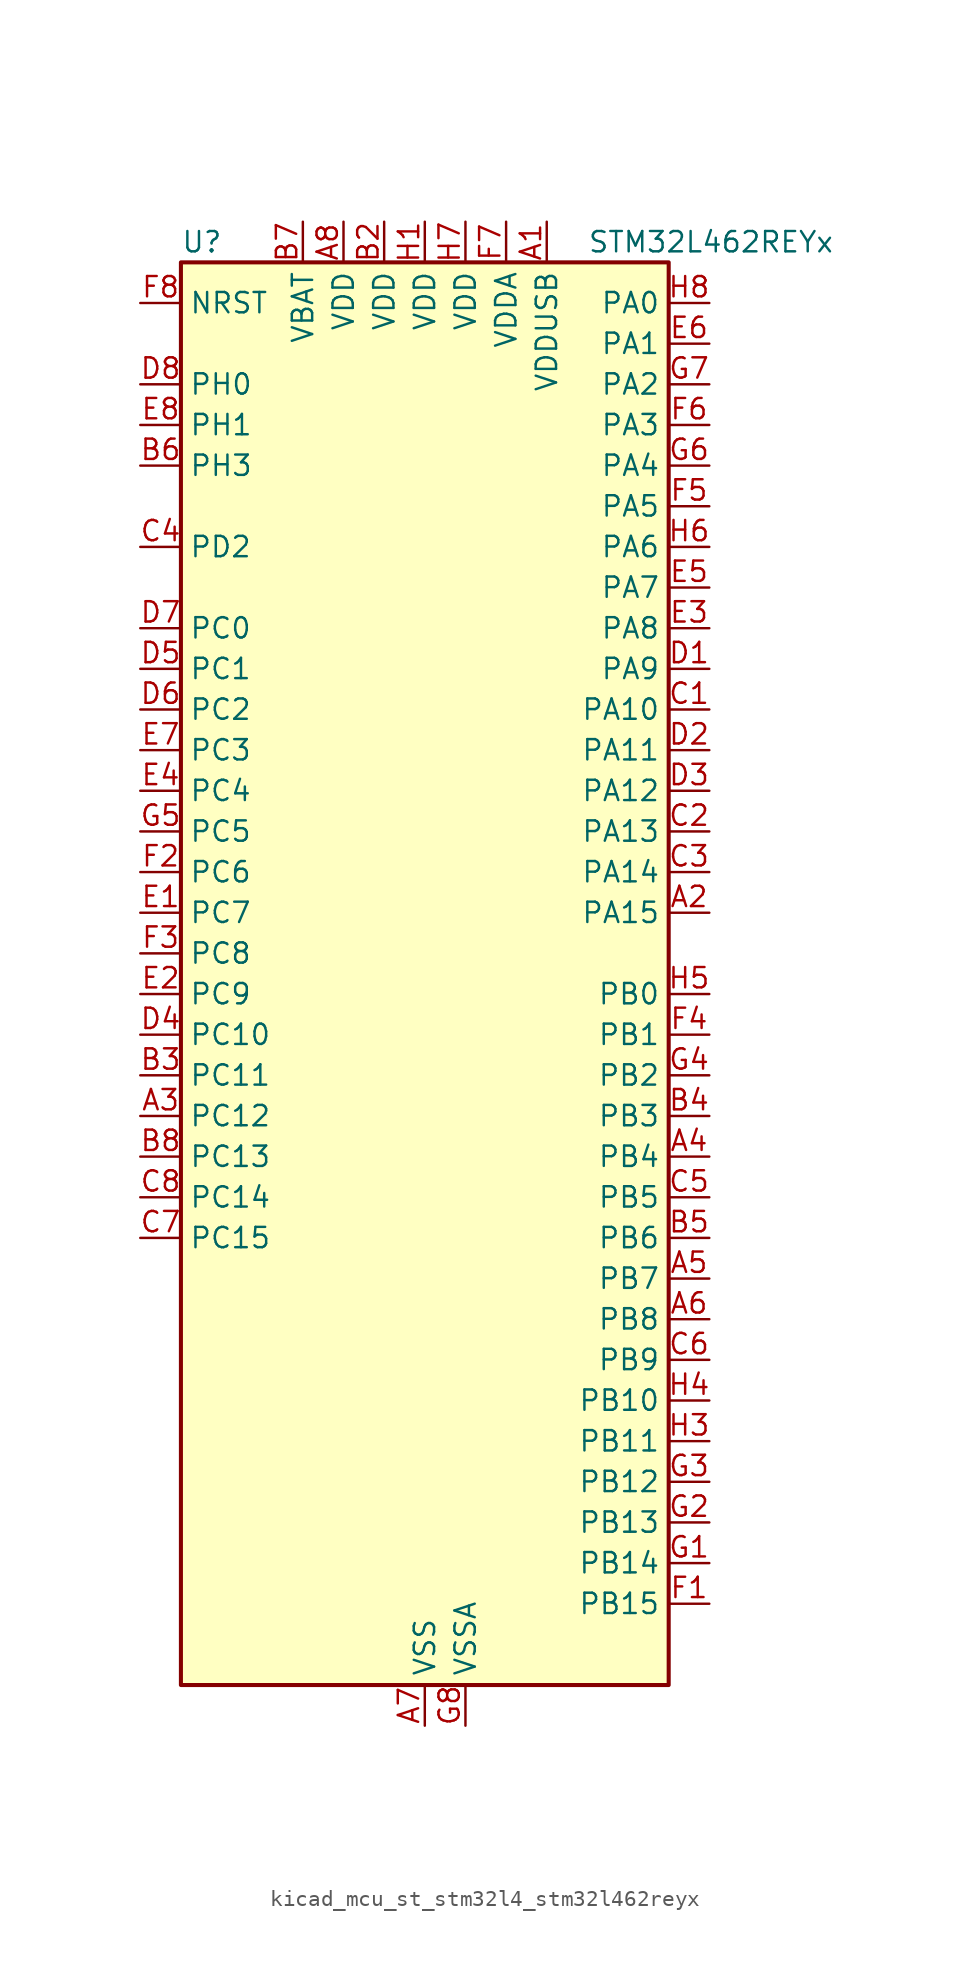
<source format=kicad_sym>
(kicad_symbol_lib
  (version 20220914)
  (generator kicad_symbol_editor)
  (symbol "kicad_mcu_st_stm32l4_stm32l462reyx"
    (property "Reference" "U"
      (at -15.24 46.99 0)
      (effects (font (size 1.27 1.27)) (justify left)))
    (property "Value" "STM32L462REYx"
      (at 10.16 46.99 0)
      (effects (font (size 1.27 1.27)) (justify left)))
    (property "ki_locked" ""
      (at 0 0 0)
      (effects (font (size 1.27 1.27))))
    (symbol "kicad_mcu_st_stm32l4_stm32l462reyx_0_1"
      (rectangle (start -15.24 -43.18) (end 15.24 45.72) (stroke (width 0.254) (type default)) (fill (type background))))
    (symbol "kicad_mcu_st_stm32l4_stm32l462reyx_1_1"
      (pin power_in line (at 7.62 48.26 270) (length 2.54) (name "VDDUSB" (effects (font (size 1.27 1.27)))) (number "A1" (effects (font (size 1.27 1.27)))))
      (pin bidirectional line (at 17.78 5.08 180) (length 2.54) (name "PA15" (effects (font (size 1.27 1.27)))) (number "A2" (effects (font (size 1.27 1.27)))) (alternate "ADC1_EXTI15" bidirectional line) (alternate "SPI1_NSS" bidirectional line) (alternate "SPI3_NSS" bidirectional line) (alternate "SYS_JTDI" bidirectional line) (alternate "TIM2_CH1" bidirectional line) (alternate "TIM2_ETR" bidirectional line) (alternate "TSC_G3_IO1" bidirectional line) (alternate "UART4_DE" bidirectional line) (alternate "UART4_RTS" bidirectional line) (alternate "USART2_RX" bidirectional line) (alternate "USART3_DE" bidirectional line) (alternate "USART3_RTS" bidirectional line))
      (pin bidirectional line (at -17.78 -7.62 0) (length 2.54) (name "PC12" (effects (font (size 1.27 1.27)))) (number "A3" (effects (font (size 1.27 1.27)))) (alternate "SDMMC1_CK" bidirectional line) (alternate "SPI3_MOSI" bidirectional line) (alternate "SYS_TRACED3" bidirectional line) (alternate "TSC_G3_IO4" bidirectional line) (alternate "USART3_CK" bidirectional line))
      (pin bidirectional line (at 17.78 -10.16 180) (length 2.54) (name "PB4" (effects (font (size 1.27 1.27)))) (number "A4" (effects (font (size 1.27 1.27)))) (alternate "COMP2_INP" bidirectional line) (alternate "I2C3_SDA" bidirectional line) (alternate "SAI1_MCLK_B" bidirectional line) (alternate "SPI1_MISO" bidirectional line) (alternate "SPI3_MISO" bidirectional line) (alternate "SYS_JTRST" bidirectional line) (alternate "TIM3_CH1" bidirectional line) (alternate "TSC_G2_IO1" bidirectional line) (alternate "USART1_CTS" bidirectional line))
      (pin bidirectional line (at 17.78 -17.78 180) (length 2.54) (name "PB7" (effects (font (size 1.27 1.27)))) (number "A5" (effects (font (size 1.27 1.27)))) (alternate "COMP2_INM" bidirectional line) (alternate "I2C1_SDA" bidirectional line) (alternate "I2C4_SDA" bidirectional line) (alternate "LPTIM1_IN2" bidirectional line) (alternate "SYS_PVD_IN" bidirectional line) (alternate "TSC_G2_IO4" bidirectional line) (alternate "UART4_CTS" bidirectional line) (alternate "USART1_RX" bidirectional line))
      (pin bidirectional line (at 17.78 -20.32 180) (length 2.54) (name "PB8" (effects (font (size 1.27 1.27)))) (number "A6" (effects (font (size 1.27 1.27)))) (alternate "CAN1_RX" bidirectional line) (alternate "I2C1_SCL" bidirectional line) (alternate "SAI1_MCLK_A" bidirectional line) (alternate "SDMMC1_D4" bidirectional line) (alternate "TIM16_CH1" bidirectional line))
      (pin power_in line (at 0 -45.72 90) (length 2.54) (name "VSS" (effects (font (size 1.27 1.27)))) (number "A7" (effects (font (size 1.27 1.27)))))
      (pin power_in line (at -5.08 48.26 270) (length 2.54) (name "VDD" (effects (font (size 1.27 1.27)))) (number "A8" (effects (font (size 1.27 1.27)))))
      (pin passive line (at 0 -45.72 90) (length 2.54) hide (name "VSS" (effects (font (size 1.27 1.27)))) (number "B1" (effects (font (size 1.27 1.27)))))
      (pin power_in line (at -2.54 48.26 270) (length 2.54) (name "VDD" (effects (font (size 1.27 1.27)))) (number "B2" (effects (font (size 1.27 1.27)))))
      (pin bidirectional line (at -17.78 -5.08 0) (length 2.54) (name "PC11" (effects (font (size 1.27 1.27)))) (number "B3" (effects (font (size 1.27 1.27)))) (alternate "ADC1_EXTI11" bidirectional line) (alternate "SDMMC1_D3" bidirectional line) (alternate "SPI3_MISO" bidirectional line) (alternate "TSC_G3_IO3" bidirectional line) (alternate "UART4_RX" bidirectional line) (alternate "USART3_RX" bidirectional line))
      (pin bidirectional line (at 17.78 -7.62 180) (length 2.54) (name "PB3" (effects (font (size 1.27 1.27)))) (number "B4" (effects (font (size 1.27 1.27)))) (alternate "COMP2_INM" bidirectional line) (alternate "SAI1_SCK_B" bidirectional line) (alternate "SPI1_SCK" bidirectional line) (alternate "SPI3_SCK" bidirectional line) (alternate "SYS_JTDO-SWO" bidirectional line) (alternate "TIM2_CH2" bidirectional line) (alternate "USART1_DE" bidirectional line) (alternate "USART1_RTS" bidirectional line))
      (pin bidirectional line (at 17.78 -15.24 180) (length 2.54) (name "PB6" (effects (font (size 1.27 1.27)))) (number "B5" (effects (font (size 1.27 1.27)))) (alternate "CAN1_TX" bidirectional line) (alternate "COMP2_INP" bidirectional line) (alternate "I2C1_SCL" bidirectional line) (alternate "I2C4_SCL" bidirectional line) (alternate "LPTIM1_ETR" bidirectional line) (alternate "SAI1_FS_B" bidirectional line) (alternate "TIM16_CH1N" bidirectional line) (alternate "TSC_G2_IO3" bidirectional line) (alternate "USART1_TX" bidirectional line))
      (pin bidirectional line (at -17.78 33.02 0) (length 2.54) (name "PH3" (effects (font (size 1.27 1.27)))) (number "B6" (effects (font (size 1.27 1.27)))))
      (pin power_in line (at -7.62 48.26 270) (length 2.54) (name "VBAT" (effects (font (size 1.27 1.27)))) (number "B7" (effects (font (size 1.27 1.27)))))
      (pin bidirectional line (at -17.78 -10.16 0) (length 2.54) (name "PC13" (effects (font (size 1.27 1.27)))) (number "B8" (effects (font (size 1.27 1.27)))) (alternate "RTC_OUT_ALARM" bidirectional line) (alternate "RTC_OUT_CALIB" bidirectional line) (alternate "RTC_TAMP1" bidirectional line) (alternate "RTC_TS" bidirectional line) (alternate "SYS_WKUP2" bidirectional line))
      (pin bidirectional line (at 17.78 17.78 180) (length 2.54) (name "PA10" (effects (font (size 1.27 1.27)))) (number "C1" (effects (font (size 1.27 1.27)))) (alternate "CRS_SYNC" bidirectional line) (alternate "I2C1_SDA" bidirectional line) (alternate "SAI1_SD_A" bidirectional line) (alternate "TIM1_CH3" bidirectional line) (alternate "USART1_RX" bidirectional line))
      (pin bidirectional line (at 17.78 10.16 180) (length 2.54) (name "PA13" (effects (font (size 1.27 1.27)))) (number "C2" (effects (font (size 1.27 1.27)))) (alternate "IR_OUT" bidirectional line) (alternate "SAI1_SD_B" bidirectional line) (alternate "SYS_JTMS-SWDIO" bidirectional line) (alternate "USB_NOE" bidirectional line))
      (pin bidirectional line (at 17.78 7.62 180) (length 2.54) (name "PA14" (effects (font (size 1.27 1.27)))) (number "C3" (effects (font (size 1.27 1.27)))) (alternate "I2C1_SMBA" bidirectional line) (alternate "I2C4_SMBA" bidirectional line) (alternate "LPTIM1_OUT" bidirectional line) (alternate "SAI1_FS_B" bidirectional line) (alternate "SYS_JTCK-SWCLK" bidirectional line))
      (pin bidirectional line (at -17.78 27.94 0) (length 2.54) (name "PD2" (effects (font (size 1.27 1.27)))) (number "C4" (effects (font (size 1.27 1.27)))) (alternate "SDMMC1_CMD" bidirectional line) (alternate "SYS_TRACED2" bidirectional line) (alternate "TIM3_ETR" bidirectional line) (alternate "TSC_SYNC" bidirectional line) (alternate "USART3_DE" bidirectional line) (alternate "USART3_RTS" bidirectional line))
      (pin bidirectional line (at 17.78 -12.7 180) (length 2.54) (name "PB5" (effects (font (size 1.27 1.27)))) (number "C5" (effects (font (size 1.27 1.27)))) (alternate "CAN1_RX" bidirectional line) (alternate "COMP2_OUT" bidirectional line) (alternate "I2C1_SMBA" bidirectional line) (alternate "LPTIM1_IN1" bidirectional line) (alternate "SAI1_SD_B" bidirectional line) (alternate "SPI1_MOSI" bidirectional line) (alternate "SPI3_MOSI" bidirectional line) (alternate "TIM16_BKIN" bidirectional line) (alternate "TIM3_CH2" bidirectional line) (alternate "TSC_G2_IO2" bidirectional line) (alternate "USART1_CK" bidirectional line))
      (pin bidirectional line (at 17.78 -22.86 180) (length 2.54) (name "PB9" (effects (font (size 1.27 1.27)))) (number "C6" (effects (font (size 1.27 1.27)))) (alternate "CAN1_TX" bidirectional line) (alternate "DAC1_EXTI9" bidirectional line) (alternate "I2C1_SDA" bidirectional line) (alternate "IR_OUT" bidirectional line) (alternate "SAI1_FS_A" bidirectional line) (alternate "SDMMC1_D5" bidirectional line) (alternate "SPI2_NSS" bidirectional line))
      (pin bidirectional line (at -17.78 -15.24 0) (length 2.54) (name "PC15" (effects (font (size 1.27 1.27)))) (number "C7" (effects (font (size 1.27 1.27)))) (alternate "ADC1_EXTI15" bidirectional line) (alternate "RCC_OSC32_OUT" bidirectional line))
      (pin bidirectional line (at -17.78 -12.7 0) (length 2.54) (name "PC14" (effects (font (size 1.27 1.27)))) (number "C8" (effects (font (size 1.27 1.27)))) (alternate "RCC_OSC32_IN" bidirectional line))
      (pin bidirectional line (at 17.78 20.32 180) (length 2.54) (name "PA9" (effects (font (size 1.27 1.27)))) (number "D1" (effects (font (size 1.27 1.27)))) (alternate "DAC1_EXTI9" bidirectional line) (alternate "DFSDM1_DATIN1" bidirectional line) (alternate "I2C1_SCL" bidirectional line) (alternate "SAI1_FS_A" bidirectional line) (alternate "TIM15_BKIN" bidirectional line) (alternate "TIM1_CH2" bidirectional line) (alternate "USART1_TX" bidirectional line))
      (pin bidirectional line (at 17.78 15.24 180) (length 2.54) (name "PA11" (effects (font (size 1.27 1.27)))) (number "D2" (effects (font (size 1.27 1.27)))) (alternate "ADC1_EXTI11" bidirectional line) (alternate "CAN1_RX" bidirectional line) (alternate "COMP1_OUT" bidirectional line) (alternate "SPI1_MISO" bidirectional line) (alternate "TIM1_BKIN2" bidirectional line) (alternate "TIM1_BKIN2_COMP1" bidirectional line) (alternate "TIM1_CH4" bidirectional line) (alternate "USART1_CTS" bidirectional line) (alternate "USB_DM" bidirectional line))
      (pin bidirectional line (at 17.78 12.7 180) (length 2.54) (name "PA12" (effects (font (size 1.27 1.27)))) (number "D3" (effects (font (size 1.27 1.27)))) (alternate "CAN1_TX" bidirectional line) (alternate "SPI1_MOSI" bidirectional line) (alternate "TIM1_ETR" bidirectional line) (alternate "USART1_DE" bidirectional line) (alternate "USART1_RTS" bidirectional line) (alternate "USB_DP" bidirectional line))
      (pin bidirectional line (at -17.78 -2.54 0) (length 2.54) (name "PC10" (effects (font (size 1.27 1.27)))) (number "D4" (effects (font (size 1.27 1.27)))) (alternate "SDMMC1_D2" bidirectional line) (alternate "SPI3_SCK" bidirectional line) (alternate "SYS_TRACED1" bidirectional line) (alternate "TSC_G3_IO2" bidirectional line) (alternate "UART4_TX" bidirectional line) (alternate "USART3_TX" bidirectional line))
      (pin bidirectional line (at -17.78 20.32 0) (length 2.54) (name "PC1" (effects (font (size 1.27 1.27)))) (number "D5" (effects (font (size 1.27 1.27)))) (alternate "ADC1_IN2" bidirectional line) (alternate "I2C3_SDA" bidirectional line) (alternate "I2C4_SDA" bidirectional line) (alternate "LPTIM1_OUT" bidirectional line) (alternate "LPUART1_TX" bidirectional line) (alternate "SYS_TRACED0" bidirectional line))
      (pin bidirectional line (at -17.78 17.78 0) (length 2.54) (name "PC2" (effects (font (size 1.27 1.27)))) (number "D6" (effects (font (size 1.27 1.27)))) (alternate "ADC1_IN3" bidirectional line) (alternate "DFSDM1_CKOUT" bidirectional line) (alternate "LPTIM1_IN2" bidirectional line) (alternate "SPI2_MISO" bidirectional line))
      (pin bidirectional line (at -17.78 22.86 0) (length 2.54) (name "PC0" (effects (font (size 1.27 1.27)))) (number "D7" (effects (font (size 1.27 1.27)))) (alternate "ADC1_IN1" bidirectional line) (alternate "I2C3_SCL" bidirectional line) (alternate "I2C4_SCL" bidirectional line) (alternate "LPTIM1_IN1" bidirectional line) (alternate "LPTIM2_IN1" bidirectional line) (alternate "LPUART1_RX" bidirectional line))
      (pin bidirectional line (at -17.78 38.1 0) (length 2.54) (name "PH0" (effects (font (size 1.27 1.27)))) (number "D8" (effects (font (size 1.27 1.27)))) (alternate "RCC_OSC_IN" bidirectional line))
      (pin bidirectional line (at -17.78 5.08 0) (length 2.54) (name "PC7" (effects (font (size 1.27 1.27)))) (number "E1" (effects (font (size 1.27 1.27)))) (alternate "DFSDM1_DATIN3" bidirectional line) (alternate "SDMMC1_D7" bidirectional line) (alternate "TIM3_CH2" bidirectional line) (alternate "TSC_G4_IO2" bidirectional line))
      (pin bidirectional line (at -17.78 0 0) (length 2.54) (name "PC9" (effects (font (size 1.27 1.27)))) (number "E2" (effects (font (size 1.27 1.27)))) (alternate "DAC1_EXTI9" bidirectional line) (alternate "SDMMC1_D1" bidirectional line) (alternate "TIM3_CH4" bidirectional line) (alternate "TSC_G4_IO4" bidirectional line) (alternate "USB_NOE" bidirectional line))
      (pin bidirectional line (at 17.78 22.86 180) (length 2.54) (name "PA8" (effects (font (size 1.27 1.27)))) (number "E3" (effects (font (size 1.27 1.27)))) (alternate "DFSDM1_CKIN1" bidirectional line) (alternate "LPTIM2_OUT" bidirectional line) (alternate "RCC_MCO" bidirectional line) (alternate "SAI1_SCK_A" bidirectional line) (alternate "TIM1_CH1" bidirectional line) (alternate "USART1_CK" bidirectional line))
      (pin bidirectional line (at -17.78 12.7 0) (length 2.54) (name "PC4" (effects (font (size 1.27 1.27)))) (number "E4" (effects (font (size 1.27 1.27)))) (alternate "ADC1_IN13" bidirectional line) (alternate "COMP1_INM" bidirectional line) (alternate "USART3_TX" bidirectional line))
      (pin bidirectional line (at 17.78 25.4 180) (length 2.54) (name "PA7" (effects (font (size 1.27 1.27)))) (number "E5" (effects (font (size 1.27 1.27)))) (alternate "ADC1_IN12" bidirectional line) (alternate "COMP2_OUT" bidirectional line) (alternate "DFSDM1_DATIN0" bidirectional line) (alternate "I2C3_SCL" bidirectional line) (alternate "QUADSPI_BK1_IO2" bidirectional line) (alternate "SPI1_MOSI" bidirectional line) (alternate "TIM1_CH1N" bidirectional line) (alternate "TIM3_CH2" bidirectional line))
      (pin bidirectional line (at 17.78 40.64 180) (length 2.54) (name "PA1" (effects (font (size 1.27 1.27)))) (number "E6" (effects (font (size 1.27 1.27)))) (alternate "ADC1_IN6" bidirectional line) (alternate "COMP1_INP" bidirectional line) (alternate "I2C1_SMBA" bidirectional line) (alternate "OPAMP1_VINM" bidirectional line) (alternate "SPI1_SCK" bidirectional line) (alternate "TIM15_CH1N" bidirectional line) (alternate "TIM2_CH2" bidirectional line) (alternate "UART4_RX" bidirectional line) (alternate "USART2_DE" bidirectional line) (alternate "USART2_RTS" bidirectional line))
      (pin bidirectional line (at -17.78 15.24 0) (length 2.54) (name "PC3" (effects (font (size 1.27 1.27)))) (number "E7" (effects (font (size 1.27 1.27)))) (alternate "ADC1_IN4" bidirectional line) (alternate "LPTIM1_ETR" bidirectional line) (alternate "LPTIM2_ETR" bidirectional line) (alternate "SAI1_SD_A" bidirectional line) (alternate "SPI2_MOSI" bidirectional line))
      (pin bidirectional line (at -17.78 35.56 0) (length 2.54) (name "PH1" (effects (font (size 1.27 1.27)))) (number "E8" (effects (font (size 1.27 1.27)))) (alternate "RCC_OSC_OUT" bidirectional line))
      (pin bidirectional line (at 17.78 -38.1 180) (length 2.54) (name "PB15" (effects (font (size 1.27 1.27)))) (number "F1" (effects (font (size 1.27 1.27)))) (alternate "ADC1_EXTI15" bidirectional line) (alternate "DFSDM1_CKIN2" bidirectional line) (alternate "RTC_REFIN" bidirectional line) (alternate "SAI1_SD_A" bidirectional line) (alternate "SPI2_MOSI" bidirectional line) (alternate "TIM15_CH2" bidirectional line) (alternate "TIM1_CH3N" bidirectional line) (alternate "TSC_G1_IO4" bidirectional line))
      (pin bidirectional line (at -17.78 7.62 0) (length 2.54) (name "PC6" (effects (font (size 1.27 1.27)))) (number "F2" (effects (font (size 1.27 1.27)))) (alternate "DFSDM1_CKIN3" bidirectional line) (alternate "SDMMC1_D6" bidirectional line) (alternate "TIM3_CH1" bidirectional line) (alternate "TSC_G4_IO1" bidirectional line))
      (pin bidirectional line (at -17.78 2.54 0) (length 2.54) (name "PC8" (effects (font (size 1.27 1.27)))) (number "F3" (effects (font (size 1.27 1.27)))) (alternate "SDMMC1_D0" bidirectional line) (alternate "TIM3_CH3" bidirectional line) (alternate "TSC_G4_IO3" bidirectional line))
      (pin bidirectional line (at 17.78 -2.54 180) (length 2.54) (name "PB1" (effects (font (size 1.27 1.27)))) (number "F4" (effects (font (size 1.27 1.27)))) (alternate "ADC1_IN16" bidirectional line) (alternate "COMP1_INM" bidirectional line) (alternate "DFSDM1_DATIN0" bidirectional line) (alternate "LPTIM2_IN1" bidirectional line) (alternate "LPUART1_DE" bidirectional line) (alternate "LPUART1_RTS" bidirectional line) (alternate "QUADSPI_BK1_IO0" bidirectional line) (alternate "TIM1_CH3N" bidirectional line) (alternate "TIM3_CH4" bidirectional line) (alternate "USART3_DE" bidirectional line) (alternate "USART3_RTS" bidirectional line))
      (pin bidirectional line (at 17.78 30.48 180) (length 2.54) (name "PA5" (effects (font (size 1.27 1.27)))) (number "F5" (effects (font (size 1.27 1.27)))) (alternate "ADC1_IN10" bidirectional line) (alternate "COMP1_INM" bidirectional line) (alternate "COMP2_INM" bidirectional line) (alternate "DFSDM1_CKOUT" bidirectional line) (alternate "LPTIM2_ETR" bidirectional line) (alternate "SPI1_SCK" bidirectional line) (alternate "TIM2_CH1" bidirectional line) (alternate "TIM2_ETR" bidirectional line))
      (pin bidirectional line (at 17.78 35.56 180) (length 2.54) (name "PA3" (effects (font (size 1.27 1.27)))) (number "F6" (effects (font (size 1.27 1.27)))) (alternate "ADC1_IN8" bidirectional line) (alternate "COMP2_INP" bidirectional line) (alternate "LPUART1_RX" bidirectional line) (alternate "OPAMP1_VOUT" bidirectional line) (alternate "QUADSPI_CLK" bidirectional line) (alternate "SAI1_MCLK_A" bidirectional line) (alternate "TIM15_CH2" bidirectional line) (alternate "TIM2_CH4" bidirectional line) (alternate "USART2_RX" bidirectional line))
      (pin power_in line (at 5.08 48.26 270) (length 2.54) (name "VDDA" (effects (font (size 1.27 1.27)))) (number "F7" (effects (font (size 1.27 1.27)))))
      (pin input line (at -17.78 43.18 0) (length 2.54) (name "NRST" (effects (font (size 1.27 1.27)))) (number "F8" (effects (font (size 1.27 1.27)))))
      (pin bidirectional line (at 17.78 -35.56 180) (length 2.54) (name "PB14" (effects (font (size 1.27 1.27)))) (number "G1" (effects (font (size 1.27 1.27)))) (alternate "DFSDM1_DATIN2" bidirectional line) (alternate "I2C2_SDA" bidirectional line) (alternate "SAI1_MCLK_A" bidirectional line) (alternate "SPI2_MISO" bidirectional line) (alternate "TIM15_CH1" bidirectional line) (alternate "TIM1_CH2N" bidirectional line) (alternate "TSC_G1_IO3" bidirectional line) (alternate "USART3_DE" bidirectional line) (alternate "USART3_RTS" bidirectional line))
      (pin bidirectional line (at 17.78 -33.02 180) (length 2.54) (name "PB13" (effects (font (size 1.27 1.27)))) (number "G2" (effects (font (size 1.27 1.27)))) (alternate "CAN1_TX" bidirectional line) (alternate "DFSDM1_CKIN1" bidirectional line) (alternate "I2C2_SCL" bidirectional line) (alternate "LPUART1_CTS" bidirectional line) (alternate "SAI1_SCK_A" bidirectional line) (alternate "SPI2_SCK" bidirectional line) (alternate "TIM15_CH1N" bidirectional line) (alternate "TIM1_CH1N" bidirectional line) (alternate "TSC_G1_IO2" bidirectional line) (alternate "USART3_CTS" bidirectional line))
      (pin bidirectional line (at 17.78 -30.48 180) (length 2.54) (name "PB12" (effects (font (size 1.27 1.27)))) (number "G3" (effects (font (size 1.27 1.27)))) (alternate "CAN1_RX" bidirectional line) (alternate "DFSDM1_DATIN1" bidirectional line) (alternate "I2C2_SMBA" bidirectional line) (alternate "LPUART1_DE" bidirectional line) (alternate "LPUART1_RTS" bidirectional line) (alternate "SAI1_FS_A" bidirectional line) (alternate "SPI2_NSS" bidirectional line) (alternate "TIM15_BKIN" bidirectional line) (alternate "TIM1_BKIN" bidirectional line) (alternate "TIM1_BKIN_COMP2" bidirectional line) (alternate "TSC_G1_IO1" bidirectional line) (alternate "USART3_CK" bidirectional line))
      (pin bidirectional line (at 17.78 -5.08 180) (length 2.54) (name "PB2" (effects (font (size 1.27 1.27)))) (number "G4" (effects (font (size 1.27 1.27)))) (alternate "COMP1_INP" bidirectional line) (alternate "DFSDM1_CKIN0" bidirectional line) (alternate "I2C3_SMBA" bidirectional line) (alternate "LPTIM1_OUT" bidirectional line) (alternate "RTC_OUT_ALARM" bidirectional line) (alternate "RTC_OUT_CALIB" bidirectional line))
      (pin bidirectional line (at -17.78 10.16 0) (length 2.54) (name "PC5" (effects (font (size 1.27 1.27)))) (number "G5" (effects (font (size 1.27 1.27)))) (alternate "ADC1_IN14" bidirectional line) (alternate "COMP1_INP" bidirectional line) (alternate "SYS_WKUP5" bidirectional line) (alternate "USART3_RX" bidirectional line))
      (pin bidirectional line (at 17.78 33.02 180) (length 2.54) (name "PA4" (effects (font (size 1.27 1.27)))) (number "G6" (effects (font (size 1.27 1.27)))) (alternate "ADC1_IN9" bidirectional line) (alternate "COMP1_INM" bidirectional line) (alternate "COMP2_INM" bidirectional line) (alternate "DAC1_OUT1" bidirectional line) (alternate "LPTIM2_OUT" bidirectional line) (alternate "SAI1_FS_B" bidirectional line) (alternate "SPI1_NSS" bidirectional line) (alternate "SPI3_NSS" bidirectional line) (alternate "USART2_CK" bidirectional line))
      (pin bidirectional line (at 17.78 38.1 180) (length 2.54) (name "PA2" (effects (font (size 1.27 1.27)))) (number "G7" (effects (font (size 1.27 1.27)))) (alternate "ADC1_IN7" bidirectional line) (alternate "COMP2_INM" bidirectional line) (alternate "COMP2_OUT" bidirectional line) (alternate "LPUART1_TX" bidirectional line) (alternate "QUADSPI_BK1_NCS" bidirectional line) (alternate "RCC_LSCO" bidirectional line) (alternate "SYS_WKUP4" bidirectional line) (alternate "TIM15_CH1" bidirectional line) (alternate "TIM2_CH3" bidirectional line) (alternate "USART2_TX" bidirectional line))
      (pin power_in line (at 2.54 -45.72 90) (length 2.54) (name "VSSA" (effects (font (size 1.27 1.27)))) (number "G8" (effects (font (size 1.27 1.27)))))
      (pin power_in line (at 0 48.26 270) (length 2.54) (name "VDD" (effects (font (size 1.27 1.27)))) (number "H1" (effects (font (size 1.27 1.27)))))
      (pin passive line (at 0 -45.72 90) (length 2.54) hide (name "VSS" (effects (font (size 1.27 1.27)))) (number "H2" (effects (font (size 1.27 1.27)))))
      (pin bidirectional line (at 17.78 -27.94 180) (length 2.54) (name "PB11" (effects (font (size 1.27 1.27)))) (number "H3" (effects (font (size 1.27 1.27)))) (alternate "ADC1_EXTI11" bidirectional line) (alternate "COMP2_OUT" bidirectional line) (alternate "I2C2_SDA" bidirectional line) (alternate "I2C4_SDA" bidirectional line) (alternate "LPUART1_TX" bidirectional line) (alternate "QUADSPI_BK1_NCS" bidirectional line) (alternate "TIM2_CH4" bidirectional line) (alternate "USART3_RX" bidirectional line))
      (pin bidirectional line (at 17.78 -25.4 180) (length 2.54) (name "PB10" (effects (font (size 1.27 1.27)))) (number "H4" (effects (font (size 1.27 1.27)))) (alternate "COMP1_OUT" bidirectional line) (alternate "I2C2_SCL" bidirectional line) (alternate "I2C4_SCL" bidirectional line) (alternate "LPUART1_RX" bidirectional line) (alternate "QUADSPI_CLK" bidirectional line) (alternate "SAI1_SCK_A" bidirectional line) (alternate "SPI2_SCK" bidirectional line) (alternate "TIM2_CH3" bidirectional line) (alternate "TSC_SYNC" bidirectional line) (alternate "USART3_TX" bidirectional line))
      (pin bidirectional line (at 17.78 0 180) (length 2.54) (name "PB0" (effects (font (size 1.27 1.27)))) (number "H5" (effects (font (size 1.27 1.27)))) (alternate "ADC1_IN15" bidirectional line) (alternate "COMP1_OUT" bidirectional line) (alternate "DFSDM1_CKIN0" bidirectional line) (alternate "QUADSPI_BK1_IO1" bidirectional line) (alternate "SAI1_EXTCLK" bidirectional line) (alternate "SPI1_NSS" bidirectional line) (alternate "TIM1_CH2N" bidirectional line) (alternate "TIM3_CH3" bidirectional line) (alternate "USART3_CK" bidirectional line))
      (pin bidirectional line (at 17.78 27.94 180) (length 2.54) (name "PA6" (effects (font (size 1.27 1.27)))) (number "H6" (effects (font (size 1.27 1.27)))) (alternate "ADC1_IN11" bidirectional line) (alternate "COMP1_OUT" bidirectional line) (alternate "LPUART1_CTS" bidirectional line) (alternate "QUADSPI_BK1_IO3" bidirectional line) (alternate "SPI1_MISO" bidirectional line) (alternate "TIM16_CH1" bidirectional line) (alternate "TIM1_BKIN" bidirectional line) (alternate "TIM1_BKIN_COMP2" bidirectional line) (alternate "TIM3_CH1" bidirectional line) (alternate "USART3_CTS" bidirectional line))
      (pin power_in line (at 2.54 48.26 270) (length 2.54) (name "VDD" (effects (font (size 1.27 1.27)))) (number "H7" (effects (font (size 1.27 1.27)))))
      (pin bidirectional line (at 17.78 43.18 180) (length 2.54) (name "PA0" (effects (font (size 1.27 1.27)))) (number "H8" (effects (font (size 1.27 1.27)))) (alternate "ADC1_IN5" bidirectional line) (alternate "COMP1_INM" bidirectional line) (alternate "COMP1_OUT" bidirectional line) (alternate "OPAMP1_VINP" bidirectional line) (alternate "RTC_TAMP2" bidirectional line) (alternate "SAI1_EXTCLK" bidirectional line) (alternate "SYS_WKUP1" bidirectional line) (alternate "TIM2_CH1" bidirectional line) (alternate "TIM2_ETR" bidirectional line) (alternate "UART4_TX" bidirectional line) (alternate "USART2_CTS" bidirectional line)))))
</source>
